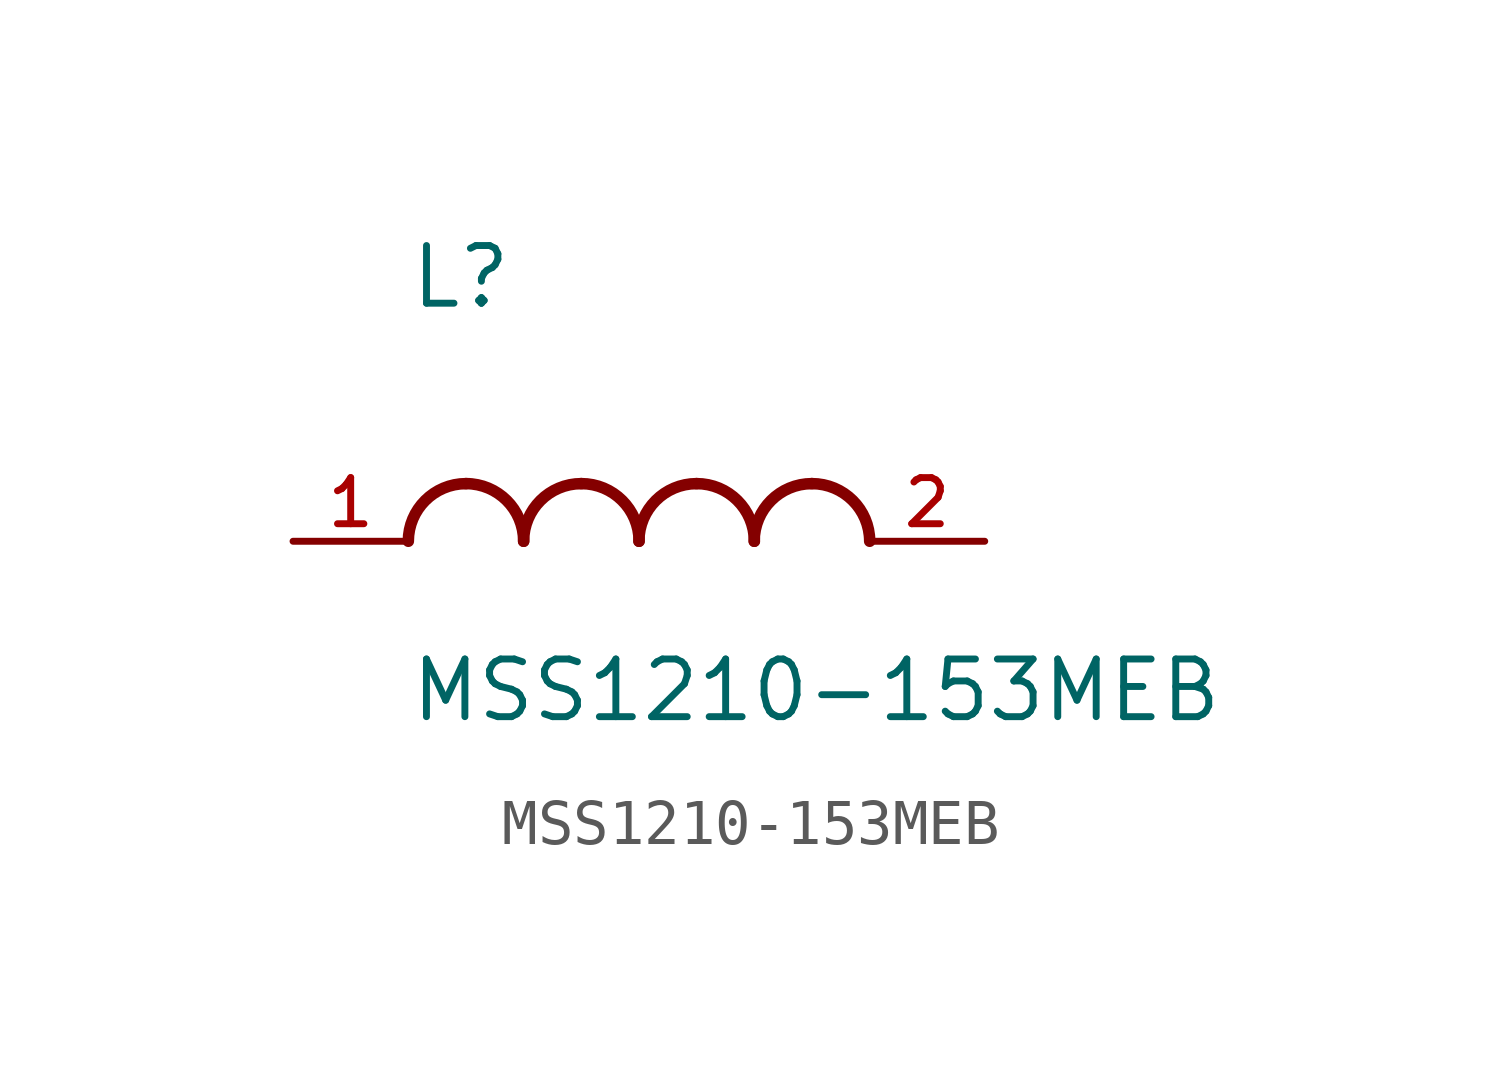
<source format=kicad_sym>
(kicad_symbol_lib
  (version 20211014)
  (generator kicad_symbol_editor)
  (symbol "MSS1210-153MEB"
    (pin_names
      (offset 1.016))
    (property "Reference" "L"
      (at -5.082 5.082 0)
      (effects (font (size 1.27 1.27)) (justify bottom left)))
    (property "Value" "MSS1210-153MEB"
      (at -5.083 -2.542 0)
      (effects (font (size 1.27 1.27)) (justify top left)))
    (symbol "MSS1210-153MEB_0_0"
      (arc (start -3.81 1.27) (mid -4.708 0.898) (end -5.08 0.0) (stroke (width 0.254) (type default) (color 0 0 0 0)) (fill (type none)))
      (arc (start -3.81 1.27) (mid -2.912 0.898) (end -2.54 0.0) (stroke (width 0.254) (type default) (color 0 0 0 0)) (fill (type none)))
      (arc (start -1.27 1.27) (mid -2.168 0.898) (end -2.54 0.0) (stroke (width 0.254) (type default) (color 0 0 0 0)) (fill (type none)))
      (arc (start -1.27 1.27) (mid -0.372 0.898) (end 0.0 0.0) (stroke (width 0.254) (type default) (color 0 0 0 0)) (fill (type none)))
      (arc (start 1.27 1.27) (mid 0.372 0.898) (end 0.0 0.0) (stroke (width 0.254) (type default) (color 0 0 0 0)) (fill (type none)))
      (arc (start 1.27 1.27) (mid 2.168 0.898) (end 2.54 0.0) (stroke (width 0.254) (type default) (color 0 0 0 0)) (fill (type none)))
      (arc (start 3.81 1.27) (mid 2.912 0.898) (end 2.54 0.0) (stroke (width 0.254) (type default) (color 0 0 0 0)) (fill (type none)))
      (arc (start 3.81 1.27) (mid 4.708 0.898) (end 5.08 0.0) (stroke (width 0.254) (type default) (color 0 0 0 0)) (fill (type none)))
      (pin passive line (at -7.62 0.0 0) (length 2.54) (name "~" (effects (font (size 1.016 1.016)))) (number "1" (effects (font (size 1.016 1.016)))))
      (pin passive line (at 7.62 0.0 180.0) (length 2.54) (name "~" (effects (font (size 1.016 1.016)))) (number "2" (effects (font (size 1.016 1.016))))))))
</source>
